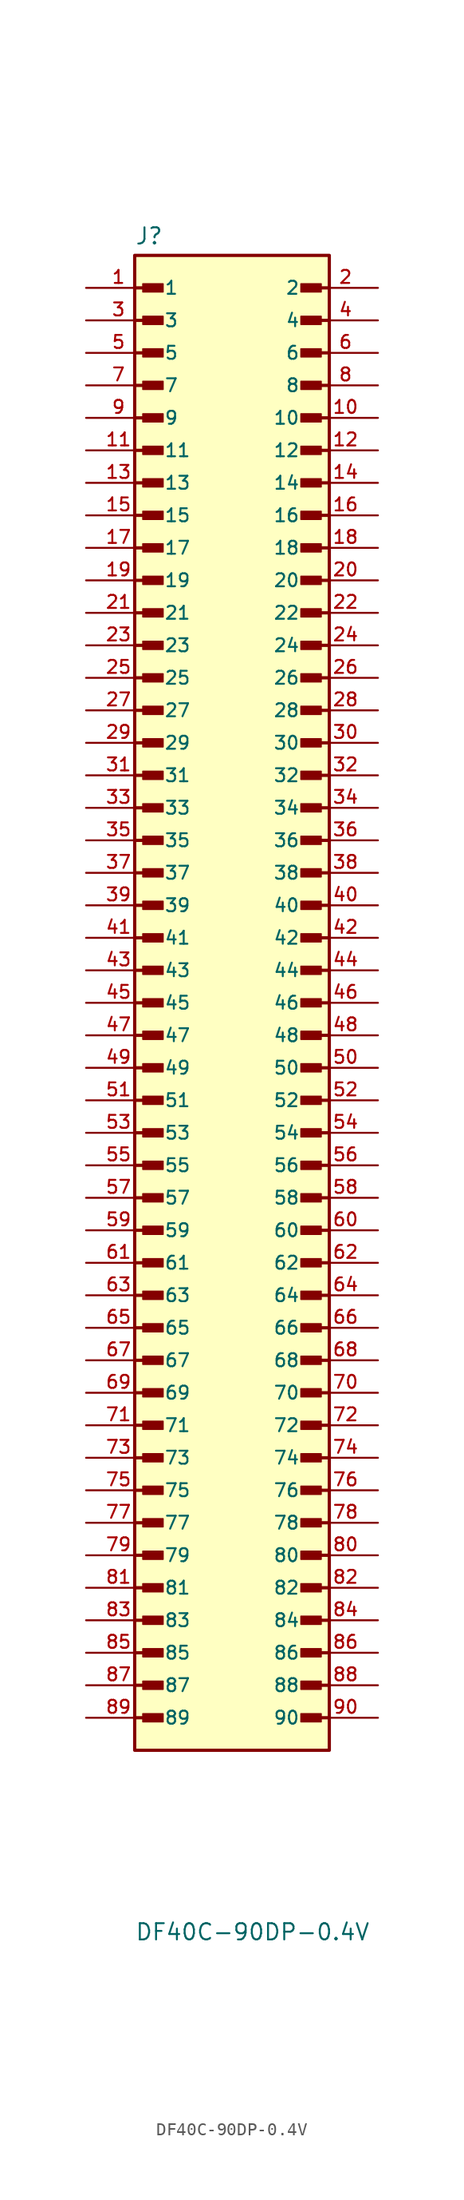
<source format=kicad_sym>
(kicad_symbol_lib
  (version 20241209)
  (generator "kicad_symbol_editor")
  (generator_version "9.0")
  (symbol "DF40C-90DP-0.4V"
    (pin_names
      (offset 1.016))
    (property "Reference" "J"
      (at -7.62 64.262 0)
      (effects (font (size 1.27 1.27)) (justify left bottom)))
    (property "Value" "DF40C-90DP-0.4V"
      (at -7.62 -66.802 0)
      (effects (font (size 1.27 1.27)) (justify left top)))
    (symbol "DF40C-90DP-0.4V_0_0"
      (rectangle (start -7.62 63.5) (end 7.62 -53.34) (stroke (width 0.254) (type default)) (fill (type background)))
      (polyline (pts (xy -7.62 60.96) (xy -5.715 60.96)) (stroke (width 0.254) (type default)) (fill (type none)))
      (polyline (pts (xy -7.62 58.42) (xy -5.715 58.42)) (stroke (width 0.254) (type default)) (fill (type none)))
      (polyline (pts (xy -7.62 55.88) (xy -5.715 55.88)) (stroke (width 0.254) (type default)) (fill (type none)))
      (polyline (pts (xy -7.62 53.34) (xy -5.715 53.34)) (stroke (width 0.254) (type default)) (fill (type none)))
      (polyline (pts (xy -7.62 50.8) (xy -5.715 50.8)) (stroke (width 0.254) (type default)) (fill (type none)))
      (polyline (pts (xy -7.62 48.26) (xy -5.715 48.26)) (stroke (width 0.254) (type default)) (fill (type none)))
      (polyline (pts (xy -7.62 45.72) (xy -5.715 45.72)) (stroke (width 0.254) (type default)) (fill (type none)))
      (polyline (pts (xy -7.62 43.18) (xy -5.715 43.18)) (stroke (width 0.254) (type default)) (fill (type none)))
      (polyline (pts (xy -7.62 40.64) (xy -5.715 40.64)) (stroke (width 0.254) (type default)) (fill (type none)))
      (polyline (pts (xy -7.62 38.1) (xy -5.715 38.1)) (stroke (width 0.254) (type default)) (fill (type none)))
      (polyline (pts (xy -7.62 35.56) (xy -5.715 35.56)) (stroke (width 0.254) (type default)) (fill (type none)))
      (polyline (pts (xy -7.62 33.02) (xy -5.715 33.02)) (stroke (width 0.254) (type default)) (fill (type none)))
      (polyline (pts (xy -7.62 30.48) (xy -5.715 30.48)) (stroke (width 0.254) (type default)) (fill (type none)))
      (polyline (pts (xy -7.62 27.94) (xy -5.715 27.94)) (stroke (width 0.254) (type default)) (fill (type none)))
      (polyline (pts (xy -7.62 25.4) (xy -5.715 25.4)) (stroke (width 0.254) (type default)) (fill (type none)))
      (polyline (pts (xy -7.62 22.86) (xy -5.715 22.86)) (stroke (width 0.254) (type default)) (fill (type none)))
      (polyline (pts (xy -7.62 20.32) (xy -5.715 20.32)) (stroke (width 0.254) (type default)) (fill (type none)))
      (polyline (pts (xy -7.62 17.78) (xy -5.715 17.78)) (stroke (width 0.254) (type default)) (fill (type none)))
      (polyline (pts (xy -7.62 15.24) (xy -5.715 15.24)) (stroke (width 0.254) (type default)) (fill (type none)))
      (polyline (pts (xy -7.62 12.7) (xy -5.715 12.7)) (stroke (width 0.254) (type default)) (fill (type none)))
      (polyline (pts (xy -7.62 10.16) (xy -5.715 10.16)) (stroke (width 0.254) (type default)) (fill (type none)))
      (polyline (pts (xy -7.62 7.62) (xy -5.715 7.62)) (stroke (width 0.254) (type default)) (fill (type none)))
      (polyline (pts (xy -7.62 5.08) (xy -5.715 5.08)) (stroke (width 0.254) (type default)) (fill (type none)))
      (polyline (pts (xy -7.62 2.54) (xy -5.715 2.54)) (stroke (width 0.254) (type default)) (fill (type none)))
      (polyline (pts (xy -7.62 0) (xy -5.715 0)) (stroke (width 0.254) (type default)) (fill (type none)))
      (polyline (pts (xy -7.62 -2.54) (xy -5.715 -2.54)) (stroke (width 0.254) (type default)) (fill (type none)))
      (polyline (pts (xy -7.62 -5.08) (xy -5.715 -5.08)) (stroke (width 0.254) (type default)) (fill (type none)))
      (polyline (pts (xy -7.62 -7.62) (xy -5.715 -7.62)) (stroke (width 0.254) (type default)) (fill (type none)))
      (polyline (pts (xy -7.62 -10.16) (xy -5.715 -10.16)) (stroke (width 0.254) (type default)) (fill (type none)))
      (polyline (pts (xy -7.62 -12.7) (xy -5.715 -12.7)) (stroke (width 0.254) (type default)) (fill (type none)))
      (polyline (pts (xy -7.62 -15.24) (xy -5.715 -15.24)) (stroke (width 0.254) (type default)) (fill (type none)))
      (polyline (pts (xy -7.62 -17.78) (xy -5.715 -17.78)) (stroke (width 0.254) (type default)) (fill (type none)))
      (polyline (pts (xy -7.62 -20.32) (xy -5.715 -20.32)) (stroke (width 0.254) (type default)) (fill (type none)))
      (polyline (pts (xy -7.62 -22.86) (xy -5.715 -22.86)) (stroke (width 0.254) (type default)) (fill (type none)))
      (polyline (pts (xy -7.62 -25.4) (xy -5.715 -25.4)) (stroke (width 0.254) (type default)) (fill (type none)))
      (polyline (pts (xy -7.62 -27.94) (xy -5.715 -27.94)) (stroke (width 0.254) (type default)) (fill (type none)))
      (polyline (pts (xy -7.62 -30.48) (xy -5.715 -30.48)) (stroke (width 0.254) (type default)) (fill (type none)))
      (polyline (pts (xy -7.62 -33.02) (xy -5.715 -33.02)) (stroke (width 0.254) (type default)) (fill (type none)))
      (polyline (pts (xy -7.62 -35.56) (xy -5.715 -35.56)) (stroke (width 0.254) (type default)) (fill (type none)))
      (polyline (pts (xy -7.62 -38.1) (xy -5.715 -38.1)) (stroke (width 0.254) (type default)) (fill (type none)))
      (polyline (pts (xy -7.62 -40.64) (xy -5.715 -40.64)) (stroke (width 0.254) (type default)) (fill (type none)))
      (polyline (pts (xy -7.62 -43.18) (xy -5.715 -43.18)) (stroke (width 0.254) (type default)) (fill (type none)))
      (polyline (pts (xy -7.62 -45.72) (xy -5.715 -45.72)) (stroke (width 0.254) (type default)) (fill (type none)))
      (polyline (pts (xy -7.62 -48.26) (xy -5.715 -48.26)) (stroke (width 0.254) (type default)) (fill (type none)))
      (polyline (pts (xy -7.62 -50.8) (xy -5.715 -50.8)) (stroke (width 0.254) (type default)) (fill (type none)))
      (rectangle (start -6.985 60.642) (end -5.397 61.278) (stroke (width 0.1) (type default)) (fill (type outline)))
      (rectangle (start -6.985 58.102) (end -5.397 58.737) (stroke (width 0.1) (type default)) (fill (type outline)))
      (rectangle (start -6.985 55.562) (end -5.397 56.197) (stroke (width 0.1) (type default)) (fill (type outline)))
      (rectangle (start -6.985 53.023) (end -5.397 53.657) (stroke (width 0.1) (type default)) (fill (type outline)))
      (rectangle (start -6.985 50.483) (end -5.397 51.117) (stroke (width 0.1) (type default)) (fill (type outline)))
      (rectangle (start -6.985 47.943) (end -5.397 48.578) (stroke (width 0.1) (type default)) (fill (type outline)))
      (rectangle (start -6.985 45.403) (end -5.397 46.038) (stroke (width 0.1) (type default)) (fill (type outline)))
      (rectangle (start -6.985 42.862) (end -5.397 43.498) (stroke (width 0.1) (type default)) (fill (type outline)))
      (rectangle (start -6.985 40.322) (end -5.397 40.958) (stroke (width 0.1) (type default)) (fill (type outline)))
      (rectangle (start -6.985 37.782) (end -5.397 38.417) (stroke (width 0.1) (type default)) (fill (type outline)))
      (rectangle (start -6.985 35.242) (end -5.397 35.877) (stroke (width 0.1) (type default)) (fill (type outline)))
      (rectangle (start -6.985 32.703) (end -5.397 33.337) (stroke (width 0.1) (type default)) (fill (type outline)))
      (rectangle (start -6.985 30.163) (end -5.397 30.797) (stroke (width 0.1) (type default)) (fill (type outline)))
      (rectangle (start -6.985 27.622) (end -5.397 28.258) (stroke (width 0.1) (type default)) (fill (type outline)))
      (rectangle (start -6.985 25.082) (end -5.397 25.718) (stroke (width 0.1) (type default)) (fill (type outline)))
      (rectangle (start -6.985 22.543) (end -5.397 23.177) (stroke (width 0.1) (type default)) (fill (type outline)))
      (rectangle (start -6.985 20.003) (end -5.397 20.637) (stroke (width 0.1) (type default)) (fill (type outline)))
      (rectangle (start -6.985 17.462) (end -5.397 18.098) (stroke (width 0.1) (type default)) (fill (type outline)))
      (rectangle (start -6.985 14.922) (end -5.397 15.557) (stroke (width 0.1) (type default)) (fill (type outline)))
      (rectangle (start -6.985 12.383) (end -5.397 13.018) (stroke (width 0.1) (type default)) (fill (type outline)))
      (rectangle (start -6.985 9.842) (end -5.397 10.477) (stroke (width 0.1) (type default)) (fill (type outline)))
      (rectangle (start -6.985 7.303) (end -5.397 7.938) (stroke (width 0.1) (type default)) (fill (type outline)))
      (rectangle (start -6.985 4.763) (end -5.397 5.397) (stroke (width 0.1) (type default)) (fill (type outline)))
      (rectangle (start -6.985 2.223) (end -5.397 2.857) (stroke (width 0.1) (type default)) (fill (type outline)))
      (rectangle (start -6.985 -0.318) (end -5.397 0.318) (stroke (width 0.1) (type default)) (fill (type outline)))
      (rectangle (start -6.985 -2.857) (end -5.397 -2.223) (stroke (width 0.1) (type default)) (fill (type outline)))
      (rectangle (start -6.985 -5.397) (end -5.397 -4.763) (stroke (width 0.1) (type default)) (fill (type outline)))
      (rectangle (start -6.985 -7.938) (end -5.397 -7.303) (stroke (width 0.1) (type default)) (fill (type outline)))
      (rectangle (start -6.985 -10.477) (end -5.397 -9.842) (stroke (width 0.1) (type default)) (fill (type outline)))
      (rectangle (start -6.985 -13.018) (end -5.397 -12.383) (stroke (width 0.1) (type default)) (fill (type outline)))
      (rectangle (start -6.985 -15.557) (end -5.397 -14.922) (stroke (width 0.1) (type default)) (fill (type outline)))
      (rectangle (start -6.985 -18.098) (end -5.397 -17.462) (stroke (width 0.1) (type default)) (fill (type outline)))
      (rectangle (start -6.985 -20.637) (end -5.397 -20.003) (stroke (width 0.1) (type default)) (fill (type outline)))
      (rectangle (start -6.985 -23.177) (end -5.397 -22.543) (stroke (width 0.1) (type default)) (fill (type outline)))
      (rectangle (start -6.985 -25.718) (end -5.397 -25.082) (stroke (width 0.1) (type default)) (fill (type outline)))
      (rectangle (start -6.985 -28.258) (end -5.397 -27.622) (stroke (width 0.1) (type default)) (fill (type outline)))
      (rectangle (start -6.985 -30.797) (end -5.397 -30.163) (stroke (width 0.1) (type default)) (fill (type outline)))
      (rectangle (start -6.985 -33.337) (end -5.397 -32.703) (stroke (width 0.1) (type default)) (fill (type outline)))
      (rectangle (start -6.985 -35.877) (end -5.397 -35.242) (stroke (width 0.1) (type default)) (fill (type outline)))
      (rectangle (start -6.985 -38.417) (end -5.397 -37.782) (stroke (width 0.1) (type default)) (fill (type outline)))
      (rectangle (start -6.985 -40.958) (end -5.397 -40.322) (stroke (width 0.1) (type default)) (fill (type outline)))
      (rectangle (start -6.985 -43.498) (end -5.397 -42.862) (stroke (width 0.1) (type default)) (fill (type outline)))
      (rectangle (start -6.985 -46.038) (end -5.397 -45.403) (stroke (width 0.1) (type default)) (fill (type outline)))
      (rectangle (start -6.985 -48.578) (end -5.397 -47.943) (stroke (width 0.1) (type default)) (fill (type outline)))
      (rectangle (start -6.985 -51.117) (end -5.397 -50.483) (stroke (width 0.1) (type default)) (fill (type outline)))
      (rectangle (start 5.397 60.642) (end 6.985 61.278) (stroke (width 0.1) (type default)) (fill (type outline)))
      (rectangle (start 5.397 58.102) (end 6.985 58.737) (stroke (width 0.1) (type default)) (fill (type outline)))
      (rectangle (start 5.397 55.562) (end 6.985 56.197) (stroke (width 0.1) (type default)) (fill (type outline)))
      (rectangle (start 5.397 53.023) (end 6.985 53.657) (stroke (width 0.1) (type default)) (fill (type outline)))
      (rectangle (start 5.397 50.483) (end 6.985 51.117) (stroke (width 0.1) (type default)) (fill (type outline)))
      (rectangle (start 5.397 47.943) (end 6.985 48.578) (stroke (width 0.1) (type default)) (fill (type outline)))
      (rectangle (start 5.397 45.403) (end 6.985 46.038) (stroke (width 0.1) (type default)) (fill (type outline)))
      (rectangle (start 5.397 42.862) (end 6.985 43.498) (stroke (width 0.1) (type default)) (fill (type outline)))
      (rectangle (start 5.397 40.322) (end 6.985 40.958) (stroke (width 0.1) (type default)) (fill (type outline)))
      (rectangle (start 5.397 37.782) (end 6.985 38.417) (stroke (width 0.1) (type default)) (fill (type outline)))
      (rectangle (start 5.397 35.242) (end 6.985 35.877) (stroke (width 0.1) (type default)) (fill (type outline)))
      (rectangle (start 5.397 32.703) (end 6.985 33.337) (stroke (width 0.1) (type default)) (fill (type outline)))
      (rectangle (start 5.397 30.163) (end 6.985 30.797) (stroke (width 0.1) (type default)) (fill (type outline)))
      (rectangle (start 5.397 27.622) (end 6.985 28.258) (stroke (width 0.1) (type default)) (fill (type outline)))
      (rectangle (start 5.397 25.082) (end 6.985 25.718) (stroke (width 0.1) (type default)) (fill (type outline)))
      (rectangle (start 5.397 22.543) (end 6.985 23.177) (stroke (width 0.1) (type default)) (fill (type outline)))
      (rectangle (start 5.397 20.003) (end 6.985 20.637) (stroke (width 0.1) (type default)) (fill (type outline)))
      (rectangle (start 5.397 17.462) (end 6.985 18.098) (stroke (width 0.1) (type default)) (fill (type outline)))
      (rectangle (start 5.397 14.922) (end 6.985 15.557) (stroke (width 0.1) (type default)) (fill (type outline)))
      (rectangle (start 5.397 12.383) (end 6.985 13.018) (stroke (width 0.1) (type default)) (fill (type outline)))
      (rectangle (start 5.397 9.842) (end 6.985 10.477) (stroke (width 0.1) (type default)) (fill (type outline)))
      (rectangle (start 5.397 7.303) (end 6.985 7.938) (stroke (width 0.1) (type default)) (fill (type outline)))
      (rectangle (start 5.397 4.763) (end 6.985 5.397) (stroke (width 0.1) (type default)) (fill (type outline)))
      (rectangle (start 5.397 2.223) (end 6.985 2.857) (stroke (width 0.1) (type default)) (fill (type outline)))
      (rectangle (start 5.397 -0.318) (end 6.985 0.318) (stroke (width 0.1) (type default)) (fill (type outline)))
      (rectangle (start 5.397 -2.857) (end 6.985 -2.223) (stroke (width 0.1) (type default)) (fill (type outline)))
      (rectangle (start 5.397 -5.397) (end 6.985 -4.763) (stroke (width 0.1) (type default)) (fill (type outline)))
      (rectangle (start 5.397 -7.938) (end 6.985 -7.303) (stroke (width 0.1) (type default)) (fill (type outline)))
      (rectangle (start 5.397 -10.477) (end 6.985 -9.842) (stroke (width 0.1) (type default)) (fill (type outline)))
      (rectangle (start 5.397 -13.018) (end 6.985 -12.383) (stroke (width 0.1) (type default)) (fill (type outline)))
      (rectangle (start 5.397 -15.557) (end 6.985 -14.922) (stroke (width 0.1) (type default)) (fill (type outline)))
      (rectangle (start 5.397 -18.098) (end 6.985 -17.462) (stroke (width 0.1) (type default)) (fill (type outline)))
      (rectangle (start 5.397 -20.637) (end 6.985 -20.003) (stroke (width 0.1) (type default)) (fill (type outline)))
      (rectangle (start 5.397 -23.177) (end 6.985 -22.543) (stroke (width 0.1) (type default)) (fill (type outline)))
      (rectangle (start 5.397 -25.718) (end 6.985 -25.082) (stroke (width 0.1) (type default)) (fill (type outline)))
      (rectangle (start 5.397 -28.258) (end 6.985 -27.622) (stroke (width 0.1) (type default)) (fill (type outline)))
      (rectangle (start 5.397 -30.797) (end 6.985 -30.163) (stroke (width 0.1) (type default)) (fill (type outline)))
      (rectangle (start 5.397 -33.337) (end 6.985 -32.703) (stroke (width 0.1) (type default)) (fill (type outline)))
      (rectangle (start 5.397 -35.877) (end 6.985 -35.242) (stroke (width 0.1) (type default)) (fill (type outline)))
      (rectangle (start 5.397 -38.417) (end 6.985 -37.782) (stroke (width 0.1) (type default)) (fill (type outline)))
      (rectangle (start 5.397 -40.958) (end 6.985 -40.322) (stroke (width 0.1) (type default)) (fill (type outline)))
      (rectangle (start 5.397 -43.498) (end 6.985 -42.862) (stroke (width 0.1) (type default)) (fill (type outline)))
      (rectangle (start 5.397 -46.038) (end 6.985 -45.403) (stroke (width 0.1) (type default)) (fill (type outline)))
      (rectangle (start 5.397 -48.578) (end 6.985 -47.943) (stroke (width 0.1) (type default)) (fill (type outline)))
      (rectangle (start 5.397 -51.117) (end 6.985 -50.483) (stroke (width 0.1) (type default)) (fill (type outline)))
      (polyline (pts (xy 7.62 60.96) (xy 5.715 60.96)) (stroke (width 0.254) (type default)) (fill (type none)))
      (polyline (pts (xy 7.62 58.42) (xy 5.715 58.42)) (stroke (width 0.254) (type default)) (fill (type none)))
      (polyline (pts (xy 7.62 55.88) (xy 5.715 55.88)) (stroke (width 0.254) (type default)) (fill (type none)))
      (polyline (pts (xy 7.62 53.34) (xy 5.715 53.34)) (stroke (width 0.254) (type default)) (fill (type none)))
      (polyline (pts (xy 7.62 50.8) (xy 5.715 50.8)) (stroke (width 0.254) (type default)) (fill (type none)))
      (polyline (pts (xy 7.62 48.26) (xy 5.715 48.26)) (stroke (width 0.254) (type default)) (fill (type none)))
      (polyline (pts (xy 7.62 45.72) (xy 5.715 45.72)) (stroke (width 0.254) (type default)) (fill (type none)))
      (polyline (pts (xy 7.62 43.18) (xy 5.715 43.18)) (stroke (width 0.254) (type default)) (fill (type none)))
      (polyline (pts (xy 7.62 40.64) (xy 5.715 40.64)) (stroke (width 0.254) (type default)) (fill (type none)))
      (polyline (pts (xy 7.62 38.1) (xy 5.715 38.1)) (stroke (width 0.254) (type default)) (fill (type none)))
      (polyline (pts (xy 7.62 35.56) (xy 5.715 35.56)) (stroke (width 0.254) (type default)) (fill (type none)))
      (polyline (pts (xy 7.62 33.02) (xy 5.715 33.02)) (stroke (width 0.254) (type default)) (fill (type none)))
      (polyline (pts (xy 7.62 30.48) (xy 5.715 30.48)) (stroke (width 0.254) (type default)) (fill (type none)))
      (polyline (pts (xy 7.62 27.94) (xy 5.715 27.94)) (stroke (width 0.254) (type default)) (fill (type none)))
      (polyline (pts (xy 7.62 25.4) (xy 5.715 25.4)) (stroke (width 0.254) (type default)) (fill (type none)))
      (polyline (pts (xy 7.62 22.86) (xy 5.715 22.86)) (stroke (width 0.254) (type default)) (fill (type none)))
      (polyline (pts (xy 7.62 20.32) (xy 5.715 20.32)) (stroke (width 0.254) (type default)) (fill (type none)))
      (polyline (pts (xy 7.62 17.78) (xy 5.715 17.78)) (stroke (width 0.254) (type default)) (fill (type none)))
      (polyline (pts (xy 7.62 15.24) (xy 5.715 15.24)) (stroke (width 0.254) (type default)) (fill (type none)))
      (polyline (pts (xy 7.62 12.7) (xy 5.715 12.7)) (stroke (width 0.254) (type default)) (fill (type none)))
      (polyline (pts (xy 7.62 10.16) (xy 5.715 10.16)) (stroke (width 0.254) (type default)) (fill (type none)))
      (polyline (pts (xy 7.62 7.62) (xy 5.715 7.62)) (stroke (width 0.254) (type default)) (fill (type none)))
      (polyline (pts (xy 7.62 5.08) (xy 5.715 5.08)) (stroke (width 0.254) (type default)) (fill (type none)))
      (polyline (pts (xy 7.62 2.54) (xy 5.715 2.54)) (stroke (width 0.254) (type default)) (fill (type none)))
      (polyline (pts (xy 7.62 0) (xy 5.715 0)) (stroke (width 0.254) (type default)) (fill (type none)))
      (polyline (pts (xy 7.62 -2.54) (xy 5.715 -2.54)) (stroke (width 0.254) (type default)) (fill (type none)))
      (polyline (pts (xy 7.62 -5.08) (xy 5.715 -5.08)) (stroke (width 0.254) (type default)) (fill (type none)))
      (polyline (pts (xy 7.62 -7.62) (xy 5.715 -7.62)) (stroke (width 0.254) (type default)) (fill (type none)))
      (polyline (pts (xy 7.62 -10.16) (xy 5.715 -10.16)) (stroke (width 0.254) (type default)) (fill (type none)))
      (polyline (pts (xy 7.62 -12.7) (xy 5.715 -12.7)) (stroke (width 0.254) (type default)) (fill (type none)))
      (polyline (pts (xy 7.62 -15.24) (xy 5.715 -15.24)) (stroke (width 0.254) (type default)) (fill (type none)))
      (polyline (pts (xy 7.62 -17.78) (xy 5.715 -17.78)) (stroke (width 0.254) (type default)) (fill (type none)))
      (polyline (pts (xy 7.62 -20.32) (xy 5.715 -20.32)) (stroke (width 0.254) (type default)) (fill (type none)))
      (polyline (pts (xy 7.62 -22.86) (xy 5.715 -22.86)) (stroke (width 0.254) (type default)) (fill (type none)))
      (polyline (pts (xy 7.62 -25.4) (xy 5.715 -25.4)) (stroke (width 0.254) (type default)) (fill (type none)))
      (polyline (pts (xy 7.62 -27.94) (xy 5.715 -27.94)) (stroke (width 0.254) (type default)) (fill (type none)))
      (polyline (pts (xy 7.62 -30.48) (xy 5.715 -30.48)) (stroke (width 0.254) (type default)) (fill (type none)))
      (polyline (pts (xy 7.62 -33.02) (xy 5.715 -33.02)) (stroke (width 0.254) (type default)) (fill (type none)))
      (polyline (pts (xy 7.62 -35.56) (xy 5.715 -35.56)) (stroke (width 0.254) (type default)) (fill (type none)))
      (polyline (pts (xy 7.62 -38.1) (xy 5.715 -38.1)) (stroke (width 0.254) (type default)) (fill (type none)))
      (polyline (pts (xy 7.62 -40.64) (xy 5.715 -40.64)) (stroke (width 0.254) (type default)) (fill (type none)))
      (polyline (pts (xy 7.62 -43.18) (xy 5.715 -43.18)) (stroke (width 0.254) (type default)) (fill (type none)))
      (polyline (pts (xy 7.62 -45.72) (xy 5.715 -45.72)) (stroke (width 0.254) (type default)) (fill (type none)))
      (polyline (pts (xy 7.62 -48.26) (xy 5.715 -48.26)) (stroke (width 0.254) (type default)) (fill (type none)))
      (polyline (pts (xy 7.62 -50.8) (xy 5.715 -50.8)) (stroke (width 0.254) (type default)) (fill (type none)))
      (pin passive line (at -11.43 60.96 0) (length 5.08) (name "1" (effects (font (size 1.016 1.016)))) (number "1" (effects (font (size 1.016 1.016)))))
      (pin passive line (at -11.43 58.42 0) (length 5.08) (name "3" (effects (font (size 1.016 1.016)))) (number "3" (effects (font (size 1.016 1.016)))))
      (pin passive line (at -11.43 55.88 0) (length 5.08) (name "5" (effects (font (size 1.016 1.016)))) (number "5" (effects (font (size 1.016 1.016)))))
      (pin passive line (at -11.43 53.34 0) (length 5.08) (name "7" (effects (font (size 1.016 1.016)))) (number "7" (effects (font (size 1.016 1.016)))))
      (pin passive line (at -11.43 50.8 0) (length 5.08) (name "9" (effects (font (size 1.016 1.016)))) (number "9" (effects (font (size 1.016 1.016)))))
      (pin passive line (at -11.43 48.26 0) (length 5.08) (name "11" (effects (font (size 1.016 1.016)))) (number "11" (effects (font (size 1.016 1.016)))))
      (pin passive line (at -11.43 45.72 0) (length 5.08) (name "13" (effects (font (size 1.016 1.016)))) (number "13" (effects (font (size 1.016 1.016)))))
      (pin passive line (at -11.43 43.18 0) (length 5.08) (name "15" (effects (font (size 1.016 1.016)))) (number "15" (effects (font (size 1.016 1.016)))))
      (pin passive line (at -11.43 40.64 0) (length 5.08) (name "17" (effects (font (size 1.016 1.016)))) (number "17" (effects (font (size 1.016 1.016)))))
      (pin passive line (at -11.43 38.1 0) (length 5.08) (name "19" (effects (font (size 1.016 1.016)))) (number "19" (effects (font (size 1.016 1.016)))))
      (pin passive line (at -11.43 35.56 0) (length 5.08) (name "21" (effects (font (size 1.016 1.016)))) (number "21" (effects (font (size 1.016 1.016)))))
      (pin passive line (at -11.43 33.02 0) (length 5.08) (name "23" (effects (font (size 1.016 1.016)))) (number "23" (effects (font (size 1.016 1.016)))))
      (pin passive line (at -11.43 30.48 0) (length 5.08) (name "25" (effects (font (size 1.016 1.016)))) (number "25" (effects (font (size 1.016 1.016)))))
      (pin passive line (at -11.43 27.94 0) (length 5.08) (name "27" (effects (font (size 1.016 1.016)))) (number "27" (effects (font (size 1.016 1.016)))))
      (pin passive line (at -11.43 25.4 0) (length 5.08) (name "29" (effects (font (size 1.016 1.016)))) (number "29" (effects (font (size 1.016 1.016)))))
      (pin passive line (at -11.43 22.86 0) (length 5.08) (name "31" (effects (font (size 1.016 1.016)))) (number "31" (effects (font (size 1.016 1.016)))))
      (pin passive line (at -11.43 20.32 0) (length 5.08) (name "33" (effects (font (size 1.016 1.016)))) (number "33" (effects (font (size 1.016 1.016)))))
      (pin passive line (at -11.43 17.78 0) (length 5.08) (name "35" (effects (font (size 1.016 1.016)))) (number "35" (effects (font (size 1.016 1.016)))))
      (pin passive line (at -11.43 15.24 0) (length 5.08) (name "37" (effects (font (size 1.016 1.016)))) (number "37" (effects (font (size 1.016 1.016)))))
      (pin passive line (at -11.43 12.7 0) (length 5.08) (name "39" (effects (font (size 1.016 1.016)))) (number "39" (effects (font (size 1.016 1.016)))))
      (pin passive line (at -11.43 10.16 0) (length 5.08) (name "41" (effects (font (size 1.016 1.016)))) (number "41" (effects (font (size 1.016 1.016)))))
      (pin passive line (at -11.43 7.62 0) (length 5.08) (name "43" (effects (font (size 1.016 1.016)))) (number "43" (effects (font (size 1.016 1.016)))))
      (pin passive line (at -11.43 5.08 0) (length 5.08) (name "45" (effects (font (size 1.016 1.016)))) (number "45" (effects (font (size 1.016 1.016)))))
      (pin passive line (at -11.43 2.54 0) (length 5.08) (name "47" (effects (font (size 1.016 1.016)))) (number "47" (effects (font (size 1.016 1.016)))))
      (pin passive line (at -11.43 0 0) (length 5.08) (name "49" (effects (font (size 1.016 1.016)))) (number "49" (effects (font (size 1.016 1.016)))))
      (pin passive line (at -11.43 -2.54 0) (length 5.08) (name "51" (effects (font (size 1.016 1.016)))) (number "51" (effects (font (size 1.016 1.016)))))
      (pin passive line (at -11.43 -5.08 0) (length 5.08) (name "53" (effects (font (size 1.016 1.016)))) (number "53" (effects (font (size 1.016 1.016)))))
      (pin passive line (at -11.43 -7.62 0) (length 5.08) (name "55" (effects (font (size 1.016 1.016)))) (number "55" (effects (font (size 1.016 1.016)))))
      (pin passive line (at -11.43 -10.16 0) (length 5.08) (name "57" (effects (font (size 1.016 1.016)))) (number "57" (effects (font (size 1.016 1.016)))))
      (pin passive line (at -11.43 -12.7 0) (length 5.08) (name "59" (effects (font (size 1.016 1.016)))) (number "59" (effects (font (size 1.016 1.016)))))
      (pin passive line (at -11.43 -15.24 0) (length 5.08) (name "61" (effects (font (size 1.016 1.016)))) (number "61" (effects (font (size 1.016 1.016)))))
      (pin passive line (at -11.43 -17.78 0) (length 5.08) (name "63" (effects (font (size 1.016 1.016)))) (number "63" (effects (font (size 1.016 1.016)))))
      (pin passive line (at -11.43 -20.32 0) (length 5.08) (name "65" (effects (font (size 1.016 1.016)))) (number "65" (effects (font (size 1.016 1.016)))))
      (pin passive line (at -11.43 -22.86 0) (length 5.08) (name "67" (effects (font (size 1.016 1.016)))) (number "67" (effects (font (size 1.016 1.016)))))
      (pin passive line (at -11.43 -25.4 0) (length 5.08) (name "69" (effects (font (size 1.016 1.016)))) (number "69" (effects (font (size 1.016 1.016)))))
      (pin passive line (at -11.43 -27.94 0) (length 5.08) (name "71" (effects (font (size 1.016 1.016)))) (number "71" (effects (font (size 1.016 1.016)))))
      (pin passive line (at -11.43 -30.48 0) (length 5.08) (name "73" (effects (font (size 1.016 1.016)))) (number "73" (effects (font (size 1.016 1.016)))))
      (pin passive line (at -11.43 -33.02 0) (length 5.08) (name "75" (effects (font (size 1.016 1.016)))) (number "75" (effects (font (size 1.016 1.016)))))
      (pin passive line (at -11.43 -35.56 0) (length 5.08) (name "77" (effects (font (size 1.016 1.016)))) (number "77" (effects (font (size 1.016 1.016)))))
      (pin passive line (at -11.43 -38.1 0) (length 5.08) (name "79" (effects (font (size 1.016 1.016)))) (number "79" (effects (font (size 1.016 1.016)))))
      (pin passive line (at -11.43 -40.64 0) (length 5.08) (name "81" (effects (font (size 1.016 1.016)))) (number "81" (effects (font (size 1.016 1.016)))))
      (pin passive line (at -11.43 -43.18 0) (length 5.08) (name "83" (effects (font (size 1.016 1.016)))) (number "83" (effects (font (size 1.016 1.016)))))
      (pin passive line (at -11.43 -45.72 0) (length 5.08) (name "85" (effects (font (size 1.016 1.016)))) (number "85" (effects (font (size 1.016 1.016)))))
      (pin passive line (at -11.43 -48.26 0) (length 5.08) (name "87" (effects (font (size 1.016 1.016)))) (number "87" (effects (font (size 1.016 1.016)))))
      (pin passive line (at -11.43 -50.8 0) (length 5.08) (name "89" (effects (font (size 1.016 1.016)))) (number "89" (effects (font (size 1.016 1.016)))))
      (pin passive line (at 11.43 60.96 180) (length 5.08) (name "2" (effects (font (size 1.016 1.016)))) (number "2" (effects (font (size 1.016 1.016)))))
      (pin passive line (at 11.43 58.42 180) (length 5.08) (name "4" (effects (font (size 1.016 1.016)))) (number "4" (effects (font (size 1.016 1.016)))))
      (pin passive line (at 11.43 55.88 180) (length 5.08) (name "6" (effects (font (size 1.016 1.016)))) (number "6" (effects (font (size 1.016 1.016)))))
      (pin passive line (at 11.43 53.34 180) (length 5.08) (name "8" (effects (font (size 1.016 1.016)))) (number "8" (effects (font (size 1.016 1.016)))))
      (pin passive line (at 11.43 50.8 180) (length 5.08) (name "10" (effects (font (size 1.016 1.016)))) (number "10" (effects (font (size 1.016 1.016)))))
      (pin passive line (at 11.43 48.26 180) (length 5.08) (name "12" (effects (font (size 1.016 1.016)))) (number "12" (effects (font (size 1.016 1.016)))))
      (pin passive line (at 11.43 45.72 180) (length 5.08) (name "14" (effects (font (size 1.016 1.016)))) (number "14" (effects (font (size 1.016 1.016)))))
      (pin passive line (at 11.43 43.18 180) (length 5.08) (name "16" (effects (font (size 1.016 1.016)))) (number "16" (effects (font (size 1.016 1.016)))))
      (pin passive line (at 11.43 40.64 180) (length 5.08) (name "18" (effects (font (size 1.016 1.016)))) (number "18" (effects (font (size 1.016 1.016)))))
      (pin passive line (at 11.43 38.1 180) (length 5.08) (name "20" (effects (font (size 1.016 1.016)))) (number "20" (effects (font (size 1.016 1.016)))))
      (pin passive line (at 11.43 35.56 180) (length 5.08) (name "22" (effects (font (size 1.016 1.016)))) (number "22" (effects (font (size 1.016 1.016)))))
      (pin passive line (at 11.43 33.02 180) (length 5.08) (name "24" (effects (font (size 1.016 1.016)))) (number "24" (effects (font (size 1.016 1.016)))))
      (pin passive line (at 11.43 30.48 180) (length 5.08) (name "26" (effects (font (size 1.016 1.016)))) (number "26" (effects (font (size 1.016 1.016)))))
      (pin passive line (at 11.43 27.94 180) (length 5.08) (name "28" (effects (font (size 1.016 1.016)))) (number "28" (effects (font (size 1.016 1.016)))))
      (pin passive line (at 11.43 25.4 180) (length 5.08) (name "30" (effects (font (size 1.016 1.016)))) (number "30" (effects (font (size 1.016 1.016)))))
      (pin passive line (at 11.43 22.86 180) (length 5.08) (name "32" (effects (font (size 1.016 1.016)))) (number "32" (effects (font (size 1.016 1.016)))))
      (pin passive line (at 11.43 20.32 180) (length 5.08) (name "34" (effects (font (size 1.016 1.016)))) (number "34" (effects (font (size 1.016 1.016)))))
      (pin passive line (at 11.43 17.78 180) (length 5.08) (name "36" (effects (font (size 1.016 1.016)))) (number "36" (effects (font (size 1.016 1.016)))))
      (pin passive line (at 11.43 15.24 180) (length 5.08) (name "38" (effects (font (size 1.016 1.016)))) (number "38" (effects (font (size 1.016 1.016)))))
      (pin passive line (at 11.43 12.7 180) (length 5.08) (name "40" (effects (font (size 1.016 1.016)))) (number "40" (effects (font (size 1.016 1.016)))))
      (pin passive line (at 11.43 10.16 180) (length 5.08) (name "42" (effects (font (size 1.016 1.016)))) (number "42" (effects (font (size 1.016 1.016)))))
      (pin passive line (at 11.43 7.62 180) (length 5.08) (name "44" (effects (font (size 1.016 1.016)))) (number "44" (effects (font (size 1.016 1.016)))))
      (pin passive line (at 11.43 5.08 180) (length 5.08) (name "46" (effects (font (size 1.016 1.016)))) (number "46" (effects (font (size 1.016 1.016)))))
      (pin passive line (at 11.43 2.54 180) (length 5.08) (name "48" (effects (font (size 1.016 1.016)))) (number "48" (effects (font (size 1.016 1.016)))))
      (pin passive line (at 11.43 0 180) (length 5.08) (name "50" (effects (font (size 1.016 1.016)))) (number "50" (effects (font (size 1.016 1.016)))))
      (pin passive line (at 11.43 -2.54 180) (length 5.08) (name "52" (effects (font (size 1.016 1.016)))) (number "52" (effects (font (size 1.016 1.016)))))
      (pin passive line (at 11.43 -5.08 180) (length 5.08) (name "54" (effects (font (size 1.016 1.016)))) (number "54" (effects (font (size 1.016 1.016)))))
      (pin passive line (at 11.43 -7.62 180) (length 5.08) (name "56" (effects (font (size 1.016 1.016)))) (number "56" (effects (font (size 1.016 1.016)))))
      (pin passive line (at 11.43 -10.16 180) (length 5.08) (name "58" (effects (font (size 1.016 1.016)))) (number "58" (effects (font (size 1.016 1.016)))))
      (pin passive line (at 11.43 -12.7 180) (length 5.08) (name "60" (effects (font (size 1.016 1.016)))) (number "60" (effects (font (size 1.016 1.016)))))
      (pin passive line (at 11.43 -15.24 180) (length 5.08) (name "62" (effects (font (size 1.016 1.016)))) (number "62" (effects (font (size 1.016 1.016)))))
      (pin passive line (at 11.43 -17.78 180) (length 5.08) (name "64" (effects (font (size 1.016 1.016)))) (number "64" (effects (font (size 1.016 1.016)))))
      (pin passive line (at 11.43 -20.32 180) (length 5.08) (name "66" (effects (font (size 1.016 1.016)))) (number "66" (effects (font (size 1.016 1.016)))))
      (pin passive line (at 11.43 -22.86 180) (length 5.08) (name "68" (effects (font (size 1.016 1.016)))) (number "68" (effects (font (size 1.016 1.016)))))
      (pin passive line (at 11.43 -25.4 180) (length 5.08) (name "70" (effects (font (size 1.016 1.016)))) (number "70" (effects (font (size 1.016 1.016)))))
      (pin passive line (at 11.43 -27.94 180) (length 5.08) (name "72" (effects (font (size 1.016 1.016)))) (number "72" (effects (font (size 1.016 1.016)))))
      (pin passive line (at 11.43 -30.48 180) (length 5.08) (name "74" (effects (font (size 1.016 1.016)))) (number "74" (effects (font (size 1.016 1.016)))))
      (pin passive line (at 11.43 -33.02 180) (length 5.08) (name "76" (effects (font (size 1.016 1.016)))) (number "76" (effects (font (size 1.016 1.016)))))
      (pin passive line (at 11.43 -35.56 180) (length 5.08) (name "78" (effects (font (size 1.016 1.016)))) (number "78" (effects (font (size 1.016 1.016)))))
      (pin passive line (at 11.43 -38.1 180) (length 5.08) (name "80" (effects (font (size 1.016 1.016)))) (number "80" (effects (font (size 1.016 1.016)))))
      (pin passive line (at 11.43 -40.64 180) (length 5.08) (name "82" (effects (font (size 1.016 1.016)))) (number "82" (effects (font (size 1.016 1.016)))))
      (pin passive line (at 11.43 -43.18 180) (length 5.08) (name "84" (effects (font (size 1.016 1.016)))) (number "84" (effects (font (size 1.016 1.016)))))
      (pin passive line (at 11.43 -45.72 180) (length 5.08) (name "86" (effects (font (size 1.016 1.016)))) (number "86" (effects (font (size 1.016 1.016)))))
      (pin passive line (at 11.43 -48.26 180) (length 5.08) (name "88" (effects (font (size 1.016 1.016)))) (number "88" (effects (font (size 1.016 1.016)))))
      (pin passive line (at 11.43 -50.8 180) (length 5.08) (name "90" (effects (font (size 1.016 1.016)))) (number "90" (effects (font (size 1.016 1.016))))))))
</source>
